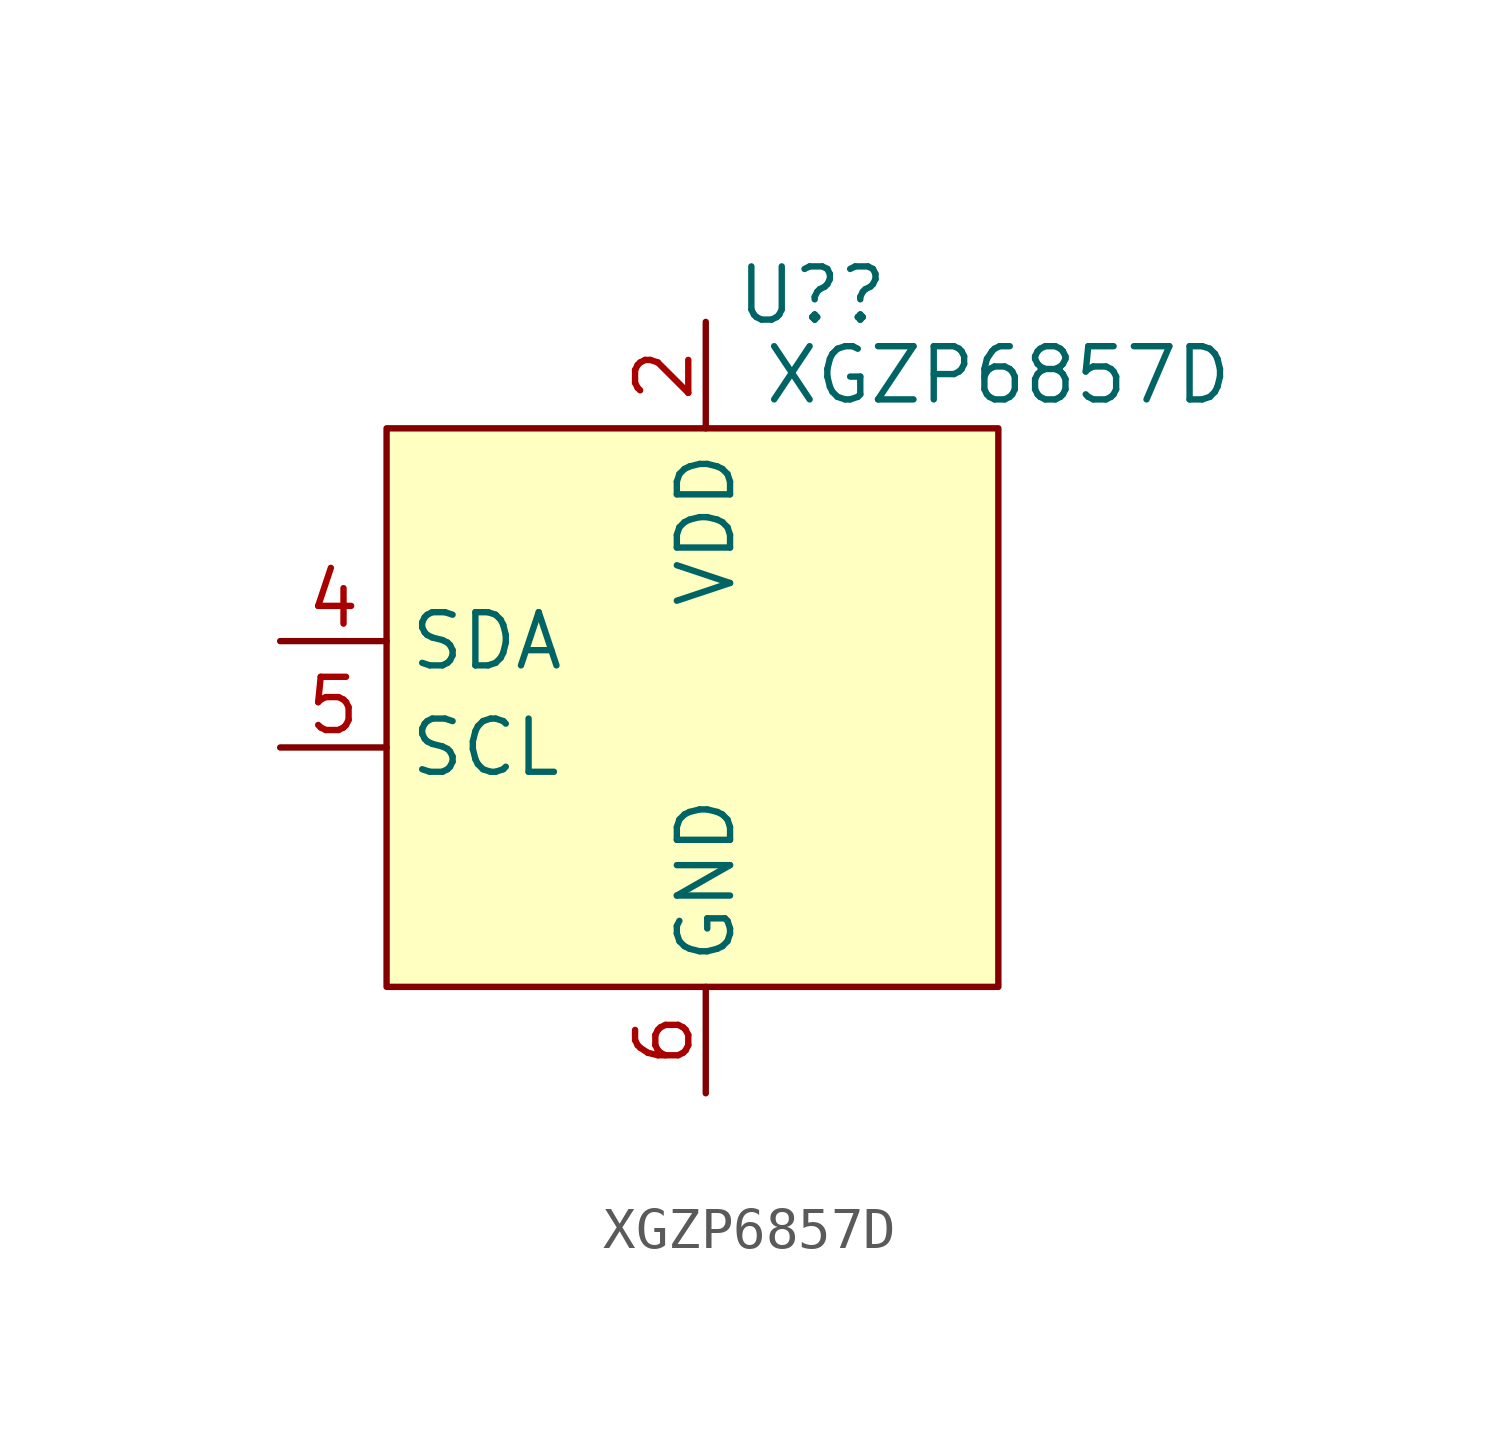
<source format=kicad_sym>
(kicad_symbol_lib
  (version 20211014)
  (generator kicad_symbol_editor)
  (symbol "XGZP6857D"
    (property "Reference" "U?"
      (at 2.54 9.525 0)
      (effects (font (size 1.27 1.27))))
    (property "Value" "XGZP6857D"
      (at 6.985 7.62 0)
      (effects (font (size 1.27 1.27))))
    (symbol "XGZP6857D_0_1"
      (rectangle (start -7.62 6.35) (end 6.985 -6.985) (stroke (width 0) (type default) (color 0 0 0 0)) (fill (type background))))
    (symbol "XGZP6857D_1_1"
      (pin no_connect line (at 0 0 0) (length 2.54) hide (name "NC" (effects (font (size 1.27 1.27)))) (number "1" (effects (font (size 1.27 1.27)))))
      (pin power_in line (at 0 8.89 270) (length 2.54) (name "VDD" (effects (font (size 1.27 1.27)))) (number "2" (effects (font (size 1.27 1.27)))))
      (pin no_connect line (at 0 -0.635 0) (length 2.54) hide (name "NC" (effects (font (size 1.27 1.27)))) (number "3" (effects (font (size 1.27 1.27)))))
      (pin bidirectional line (at -10.16 1.27 0) (length 2.54) (name "SDA" (effects (font (size 1.27 1.27)))) (number "4" (effects (font (size 1.27 1.27)))))
      (pin bidirectional line (at -10.16 -1.27 0) (length 2.54) (name "SCL" (effects (font (size 1.27 1.27)))) (number "5" (effects (font (size 1.27 1.27)))))
      (pin power_in line (at 0 -9.525 90) (length 2.54) (name "GND" (effects (font (size 1.27 1.27)))) (number "6" (effects (font (size 1.27 1.27))))))))
</source>
